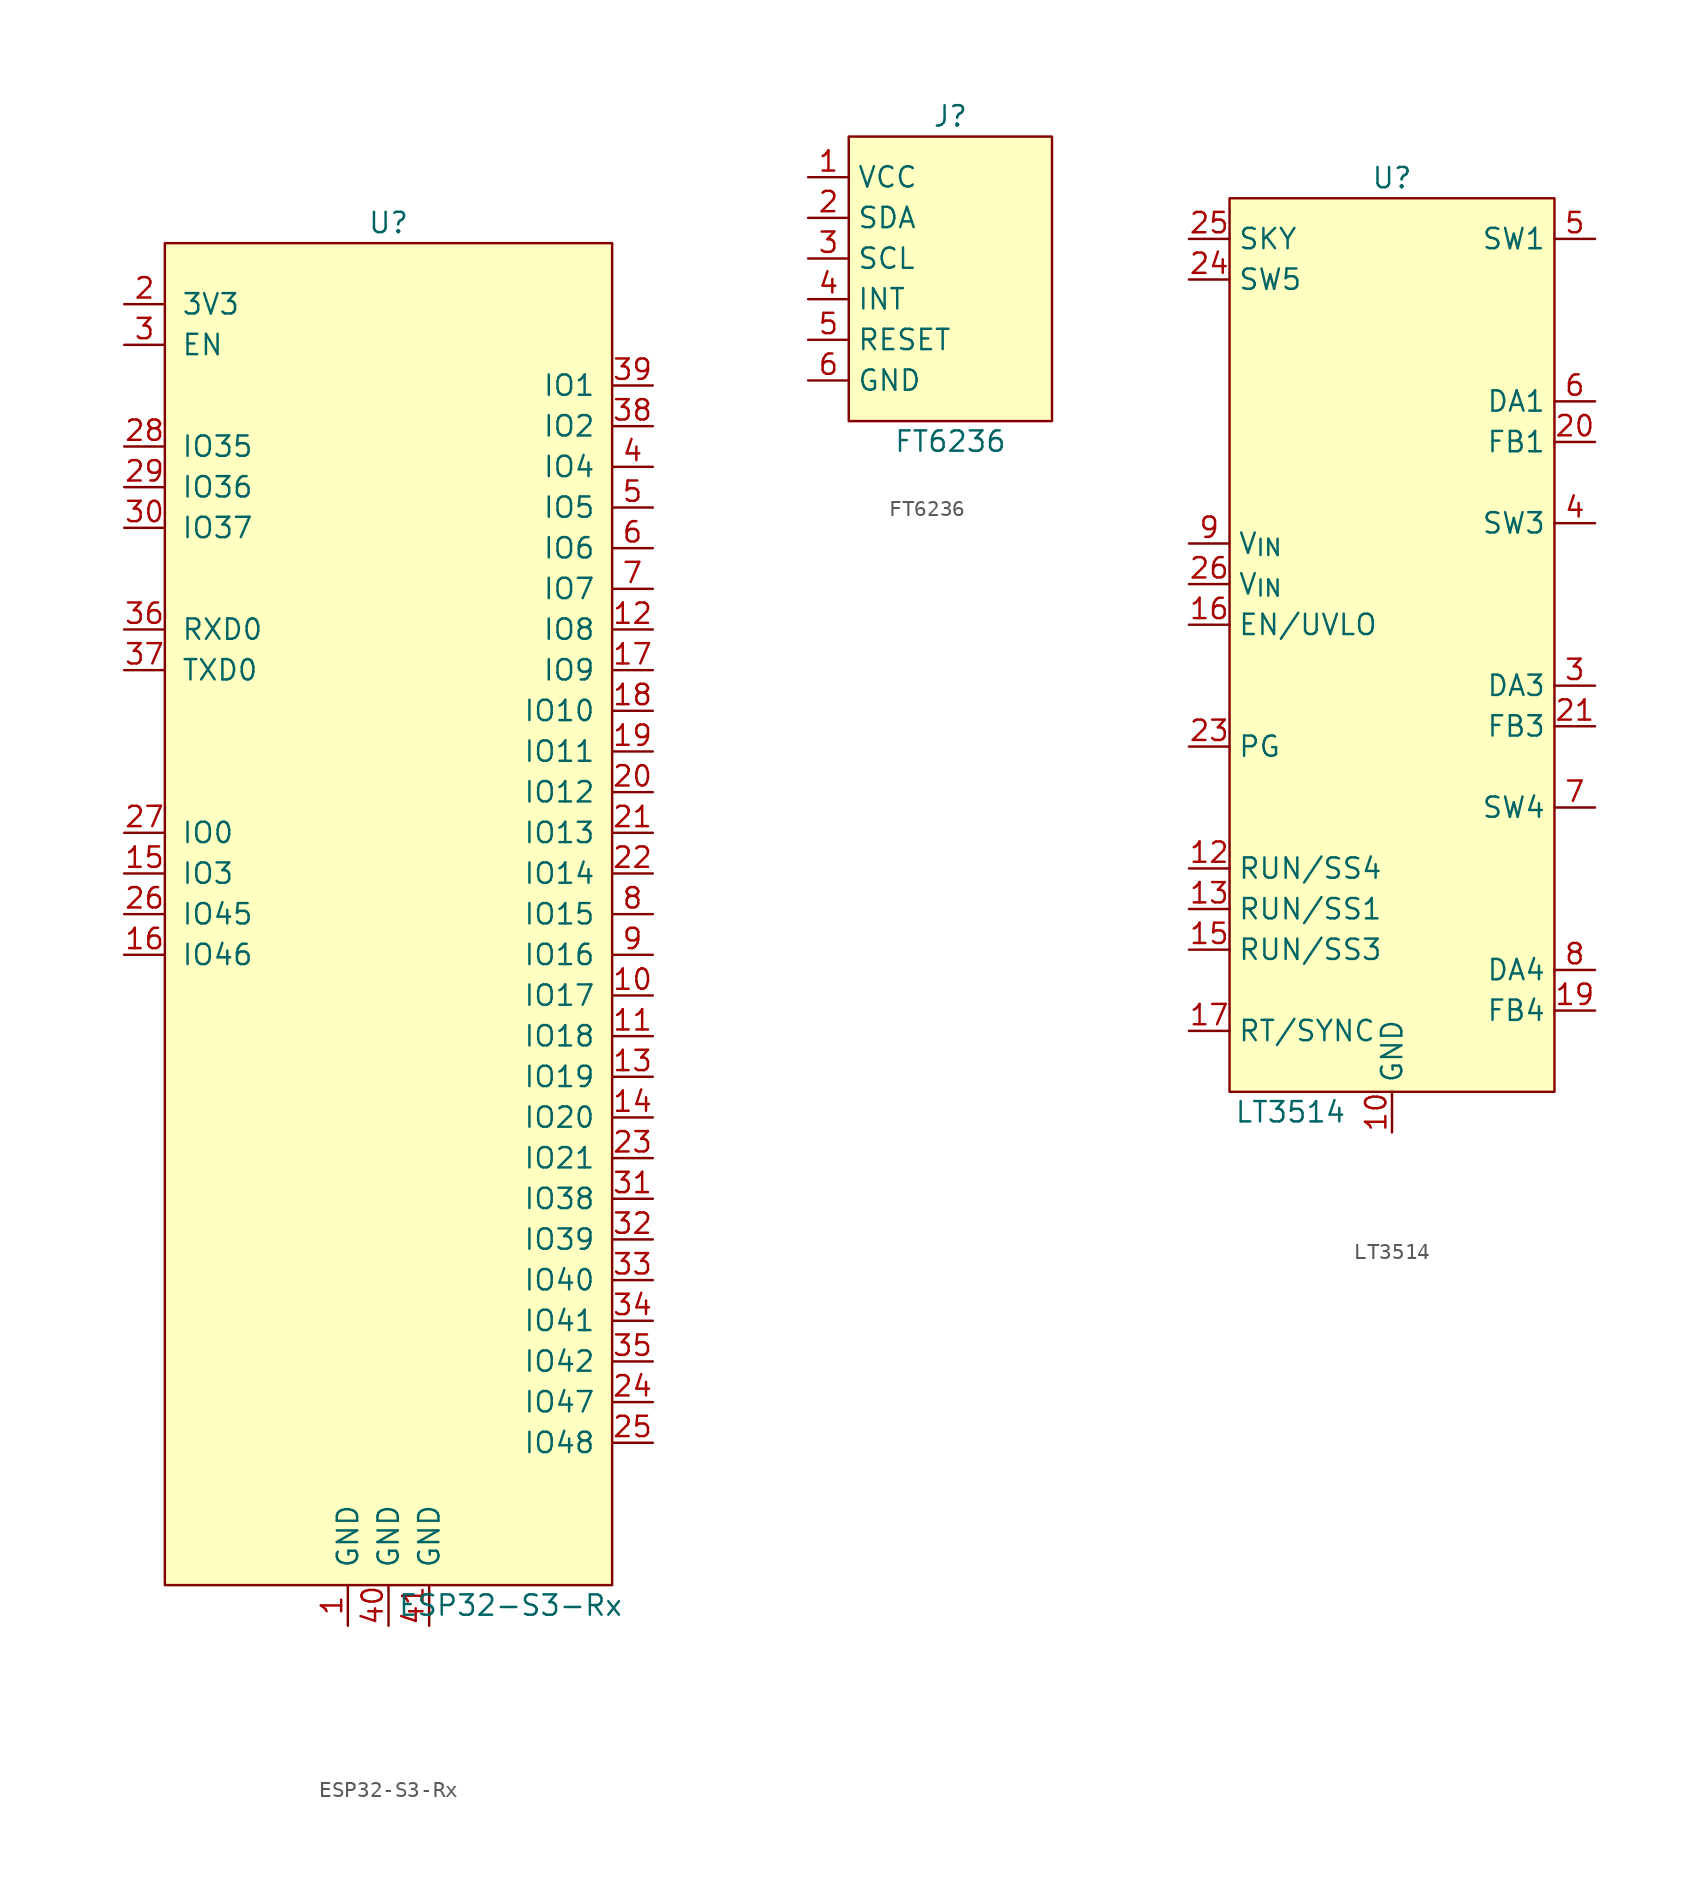
<source format=kicad_sym>
(kicad_symbol_lib
  (version 20231120)
  (generator "kicad_symbol_editor")
  (generator_version "8.0")
  (symbol "ESP32-S3-Rx"
    (pin_names
      (offset 1.016))
    (property "Reference" "U"
      (at 0 43.18 0)
      (effects (font (size 1.27 1.27))))
    (property "Value" "ESP32-S3-Rx"
      (at 7.62 -43.18 0)
      (effects (font (size 1.27 1.27))))
    (symbol "ESP32-S3-Rx_0_1"
      (rectangle (start -13.97 41.91) (end 13.97 -41.91) (stroke (width 0) (type default)) (fill (type background))))
    (symbol "ESP32-S3-Rx_1_1"
      (pin power_in line (at -2.54 -44.45 90) (length 2.54) (name "GND" (effects (font (size 1.27 1.27)))) (number "1" (effects (font (size 1.27 1.27)))))
      (pin bidirectional line (at 16.51 -5.08 180) (length 2.54) (name "IO17" (effects (font (size 1.27 1.27)))) (number "10" (effects (font (size 1.27 1.27)))))
      (pin bidirectional line (at 16.51 -7.62 180) (length 2.54) (name "IO18" (effects (font (size 1.27 1.27)))) (number "11" (effects (font (size 1.27 1.27)))))
      (pin bidirectional line (at 16.51 17.78 180) (length 2.54) (name "IO8" (effects (font (size 1.27 1.27)))) (number "12" (effects (font (size 1.27 1.27)))))
      (pin bidirectional line (at 16.51 -10.16 180) (length 2.54) (name "IO19" (effects (font (size 1.27 1.27)))) (number "13" (effects (font (size 1.27 1.27)))))
      (pin bidirectional line (at 16.51 -12.7 180) (length 2.54) (name "IO20" (effects (font (size 1.27 1.27)))) (number "14" (effects (font (size 1.27 1.27)))))
      (pin bidirectional line (at -16.51 2.54 0) (length 2.54) (name "IO3" (effects (font (size 1.27 1.27)))) (number "15" (effects (font (size 1.27 1.27)))))
      (pin bidirectional line (at -16.51 -2.54 0) (length 2.54) (name "IO46" (effects (font (size 1.27 1.27)))) (number "16" (effects (font (size 1.27 1.27)))))
      (pin bidirectional line (at 16.51 15.24 180) (length 2.54) (name "IO9" (effects (font (size 1.27 1.27)))) (number "17" (effects (font (size 1.27 1.27)))))
      (pin bidirectional line (at 16.51 12.7 180) (length 2.54) (name "IO10" (effects (font (size 1.27 1.27)))) (number "18" (effects (font (size 1.27 1.27)))))
      (pin bidirectional line (at 16.51 10.16 180) (length 2.54) (name "IO11" (effects (font (size 1.27 1.27)))) (number "19" (effects (font (size 1.27 1.27)))))
      (pin power_in line (at -16.51 38.1 0) (length 2.54) (name "3V3" (effects (font (size 1.27 1.27)))) (number "2" (effects (font (size 1.27 1.27)))))
      (pin bidirectional line (at 16.51 7.62 180) (length 2.54) (name "IO12" (effects (font (size 1.27 1.27)))) (number "20" (effects (font (size 1.27 1.27)))))
      (pin bidirectional line (at 16.51 5.08 180) (length 2.54) (name "IO13" (effects (font (size 1.27 1.27)))) (number "21" (effects (font (size 1.27 1.27)))))
      (pin bidirectional line (at 16.51 2.54 180) (length 2.54) (name "IO14" (effects (font (size 1.27 1.27)))) (number "22" (effects (font (size 1.27 1.27)))))
      (pin bidirectional line (at 16.51 -15.24 180) (length 2.54) (name "IO21" (effects (font (size 1.27 1.27)))) (number "23" (effects (font (size 1.27 1.27)))))
      (pin bidirectional line (at 16.51 -30.48 180) (length 2.54) (name "IO47" (effects (font (size 1.27 1.27)))) (number "24" (effects (font (size 1.27 1.27)))))
      (pin bidirectional line (at 16.51 -33.02 180) (length 2.54) (name "IO48" (effects (font (size 1.27 1.27)))) (number "25" (effects (font (size 1.27 1.27)))))
      (pin bidirectional line (at -16.51 0 0) (length 2.54) (name "IO45" (effects (font (size 1.27 1.27)))) (number "26" (effects (font (size 1.27 1.27)))))
      (pin bidirectional line (at -16.51 5.08 0) (length 2.54) (name "IO0" (effects (font (size 1.27 1.27)))) (number "27" (effects (font (size 1.27 1.27)))))
      (pin bidirectional line (at -16.51 29.21 0) (length 2.54) (name "IO35" (effects (font (size 1.27 1.27)))) (number "28" (effects (font (size 1.27 1.27)))))
      (pin bidirectional line (at -16.51 26.67 0) (length 2.54) (name "IO36" (effects (font (size 1.27 1.27)))) (number "29" (effects (font (size 1.27 1.27)))))
      (pin input line (at -16.51 35.56 0) (length 2.54) (name "EN" (effects (font (size 1.27 1.27)))) (number "3" (effects (font (size 1.27 1.27)))))
      (pin bidirectional line (at -16.51 24.13 0) (length 2.54) (name "IO37" (effects (font (size 1.27 1.27)))) (number "30" (effects (font (size 1.27 1.27)))))
      (pin bidirectional line (at 16.51 -17.78 180) (length 2.54) (name "IO38" (effects (font (size 1.27 1.27)))) (number "31" (effects (font (size 1.27 1.27)))))
      (pin bidirectional line (at 16.51 -20.32 180) (length 2.54) (name "IO39" (effects (font (size 1.27 1.27)))) (number "32" (effects (font (size 1.27 1.27)))))
      (pin bidirectional line (at 16.51 -22.86 180) (length 2.54) (name "IO40" (effects (font (size 1.27 1.27)))) (number "33" (effects (font (size 1.27 1.27)))))
      (pin bidirectional line (at 16.51 -25.4 180) (length 2.54) (name "IO41" (effects (font (size 1.27 1.27)))) (number "34" (effects (font (size 1.27 1.27)))))
      (pin bidirectional line (at 16.51 -27.94 180) (length 2.54) (name "IO42" (effects (font (size 1.27 1.27)))) (number "35" (effects (font (size 1.27 1.27)))))
      (pin bidirectional line (at -16.51 17.78 0) (length 2.54) (name "RXD0" (effects (font (size 1.27 1.27)))) (number "36" (effects (font (size 1.27 1.27)))))
      (pin bidirectional line (at -16.51 15.24 0) (length 2.54) (name "TXD0" (effects (font (size 1.27 1.27)))) (number "37" (effects (font (size 1.27 1.27)))))
      (pin bidirectional line (at 16.51 30.48 180) (length 2.54) (name "IO2" (effects (font (size 1.27 1.27)))) (number "38" (effects (font (size 1.27 1.27)))))
      (pin bidirectional line (at 16.51 33.02 180) (length 2.54) (name "IO1" (effects (font (size 1.27 1.27)))) (number "39" (effects (font (size 1.27 1.27)))))
      (pin bidirectional line (at 16.51 27.94 180) (length 2.54) (name "IO4" (effects (font (size 1.27 1.27)))) (number "4" (effects (font (size 1.27 1.27)))))
      (pin power_in line (at 0 -44.45 90) (length 2.54) (name "GND" (effects (font (size 1.27 1.27)))) (number "40" (effects (font (size 1.27 1.27)))))
      (pin power_in line (at 2.54 -44.45 90) (length 2.54) (name "GND" (effects (font (size 1.27 1.27)))) (number "41" (effects (font (size 1.27 1.27)))))
      (pin bidirectional line (at 16.51 25.4 180) (length 2.54) (name "IO5" (effects (font (size 1.27 1.27)))) (number "5" (effects (font (size 1.27 1.27)))))
      (pin bidirectional line (at 16.51 22.86 180) (length 2.54) (name "IO6" (effects (font (size 1.27 1.27)))) (number "6" (effects (font (size 1.27 1.27)))))
      (pin bidirectional line (at 16.51 20.32 180) (length 2.54) (name "IO7" (effects (font (size 1.27 1.27)))) (number "7" (effects (font (size 1.27 1.27)))))
      (pin bidirectional line (at 16.51 0 180) (length 2.54) (name "IO15" (effects (font (size 1.27 1.27)))) (number "8" (effects (font (size 1.27 1.27)))))
      (pin bidirectional line (at 16.51 -2.54 180) (length 2.54) (name "IO16" (effects (font (size 1.27 1.27)))) (number "9" (effects (font (size 1.27 1.27)))))))
  (symbol "FT6236"
    (property "Reference" "J"
      (at 0 7.62 0)
      (effects (font (size 1.27 1.27))))
    (property "Value" "FT6236"
      (at 0 -12.7 0)
      (effects (font (size 1.27 1.27))))
    (symbol "FT6236_0_0"
      (rectangle (start -6.35 6.35) (end 6.35 -11.43) (stroke (width 0) (type default)) (fill (type background))))
    (symbol "FT6236_1_1"
      (pin bidirectional line (at -8.89 3.81 0) (length 2.54) (name "VCC" (effects (font (size 1.27 1.27)))) (number "1" (effects (font (size 1.27 1.27)))))
      (pin bidirectional line (at -8.89 1.27 0) (length 2.54) (name "SDA" (effects (font (size 1.27 1.27)))) (number "2" (effects (font (size 1.27 1.27)))))
      (pin bidirectional line (at -8.89 -1.27 0) (length 2.54) (name "SCL" (effects (font (size 1.27 1.27)))) (number "3" (effects (font (size 1.27 1.27)))))
      (pin bidirectional line (at -8.89 -3.81 0) (length 2.54) (name "INT" (effects (font (size 1.27 1.27)))) (number "4" (effects (font (size 1.27 1.27)))))
      (pin bidirectional line (at -8.89 -6.35 0) (length 2.54) (name "RESET" (effects (font (size 1.27 1.27)))) (number "5" (effects (font (size 1.27 1.27)))))
      (pin power_in line (at -8.89 -8.89 0) (length 2.54) (name "GND" (effects (font (size 1.27 1.27)))) (number "6" (effects (font (size 1.27 1.27)))))))
  (symbol "LT3514"
    (property "Reference" "U"
      (at 0 29.21 0)
      (effects (font (size 1.27 1.27))))
    (property "Value" "LT3514"
      (at -6.35 -29.21 0)
      (effects (font (size 1.27 1.27))))
    (symbol "LT3514_0_0"
      (pin no_connect line (at -0.635 -17.145 90) (length 2.54) hide (name "NC" (effects (font (size 1.27 1.27)))) (number "1" (effects (font (size 1.27 1.27)))))
      (pin power_in line (at 0 -30.48 90) (length 2.54) (name "GND" (effects (font (size 1.27 1.27)))) (number "10" (effects (font (size 1.27 1.27)))))
      (pin power_in line (at -12.7 6.35 0) (length 2.54) hide (name "V_{IN}" (effects (font (size 1.27 1.27)))) (number "11" (effects (font (size 1.27 1.27)))))
      (pin input line (at -12.7 -13.97 0) (length 2.54) (name "RUN/SS4" (effects (font (size 1.27 1.27)))) (number "12" (effects (font (size 1.27 1.27)))))
      (pin input line (at -12.7 -16.51 0) (length 2.54) (name "RUN/SS1" (effects (font (size 1.27 1.27)))) (number "13" (effects (font (size 1.27 1.27)))))
      (pin no_connect line (at -0.635 -17.145 90) (length 2.54) hide (name "NC" (effects (font (size 1.27 1.27)))) (number "14" (effects (font (size 1.27 1.27)))))
      (pin input line (at -12.7 -19.05 0) (length 2.54) (name "RUN/SS3" (effects (font (size 1.27 1.27)))) (number "15" (effects (font (size 1.27 1.27)))))
      (pin input line (at -12.7 1.27 0) (length 2.54) (name "EN/UVLO" (effects (font (size 1.27 1.27)))) (number "16" (effects (font (size 1.27 1.27)))))
      (pin input line (at -12.7 -24.13 0) (length 2.54) (name "RT/SYNC" (effects (font (size 1.27 1.27)))) (number "17" (effects (font (size 1.27 1.27)))))
      (pin power_in line (at 0 -30.48 90) (length 2.54) hide (name "GND" (effects (font (size 1.27 1.27)))) (number "18" (effects (font (size 1.27 1.27)))))
      (pin no_connect line (at -0.635 -17.145 90) (length 2.54) hide (name "NC" (effects (font (size 1.27 1.27)))) (number "2" (effects (font (size 1.27 1.27)))))
      (pin no_connect line (at -0.635 -17.145 90) (length 2.54) hide (name "NC" (effects (font (size 1.27 1.27)))) (number "22" (effects (font (size 1.27 1.27)))))
      (pin input line (at -12.7 -6.35 0) (length 2.54) (name "PG" (effects (font (size 1.27 1.27)))) (number "23" (effects (font (size 1.27 1.27)))))
      (pin input line (at -12.7 22.86 0) (length 2.54) (name "SW5" (effects (font (size 1.27 1.27)))) (number "24" (effects (font (size 1.27 1.27)))))
      (pin input line (at -12.7 25.4 0) (length 2.54) (name "SKY" (effects (font (size 1.27 1.27)))) (number "25" (effects (font (size 1.27 1.27)))))
      (pin power_in line (at -12.7 3.81 0) (length 2.54) (name "V_{IN}" (effects (font (size 1.27 1.27)))) (number "26" (effects (font (size 1.27 1.27)))))
      (pin power_in line (at -12.7 3.81 0) (length 2.54) hide (name "V_{IN}" (effects (font (size 1.27 1.27)))) (number "28" (effects (font (size 1.27 1.27)))))
      (pin power_in line (at 0 -30.48 90) (length 2.54) hide (name "GND" (effects (font (size 1.27 1.27)))) (number "29" (effects (font (size 1.27 1.27)))))
      (pin power_in line (at -12.7 6.35 0) (length 2.54) (name "V_{IN}" (effects (font (size 1.27 1.27)))) (number "9" (effects (font (size 1.27 1.27))))))
    (symbol "LT3514_0_1"
      (rectangle (start -10.16 27.94) (end 10.16 -27.94) (stroke (width 0) (type default)) (fill (type background))))
    (symbol "LT3514_1_1"
      (pin input line (at 12.7 -22.86 180) (length 2.54) (name "FB4" (effects (font (size 1.27 1.27)))) (number "19" (effects (font (size 1.27 1.27)))))
      (pin input line (at 12.7 12.7 180) (length 2.54) (name "FB1" (effects (font (size 1.27 1.27)))) (number "20" (effects (font (size 1.27 1.27)))))
      (pin input line (at 12.7 -5.08 180) (length 2.54) (name "FB3" (effects (font (size 1.27 1.27)))) (number "21" (effects (font (size 1.27 1.27)))))
      (pin power_in line (at 0 -30.48 90) (length 2.54) hide (name "GND" (effects (font (size 1.27 1.27)))) (number "27" (effects (font (size 1.27 1.27)))))
      (pin input line (at 12.7 -2.54 180) (length 2.54) (name "DA3" (effects (font (size 1.27 1.27)))) (number "3" (effects (font (size 1.27 1.27)))))
      (pin input line (at 12.7 7.62 180) (length 2.54) (name "SW3" (effects (font (size 1.27 1.27)))) (number "4" (effects (font (size 1.27 1.27)))))
      (pin input line (at 12.7 25.4 180) (length 2.54) (name "SW1" (effects (font (size 1.27 1.27)))) (number "5" (effects (font (size 1.27 1.27)))))
      (pin input line (at 12.7 15.24 180) (length 2.54) (name "DA1" (effects (font (size 1.27 1.27)))) (number "6" (effects (font (size 1.27 1.27)))))
      (pin input line (at 12.7 -10.16 180) (length 2.54) (name "SW4" (effects (font (size 1.27 1.27)))) (number "7" (effects (font (size 1.27 1.27)))))
      (pin input line (at 12.7 -20.32 180) (length 2.54) (name "DA4" (effects (font (size 1.27 1.27)))) (number "8" (effects (font (size 1.27 1.27))))))))
</source>
